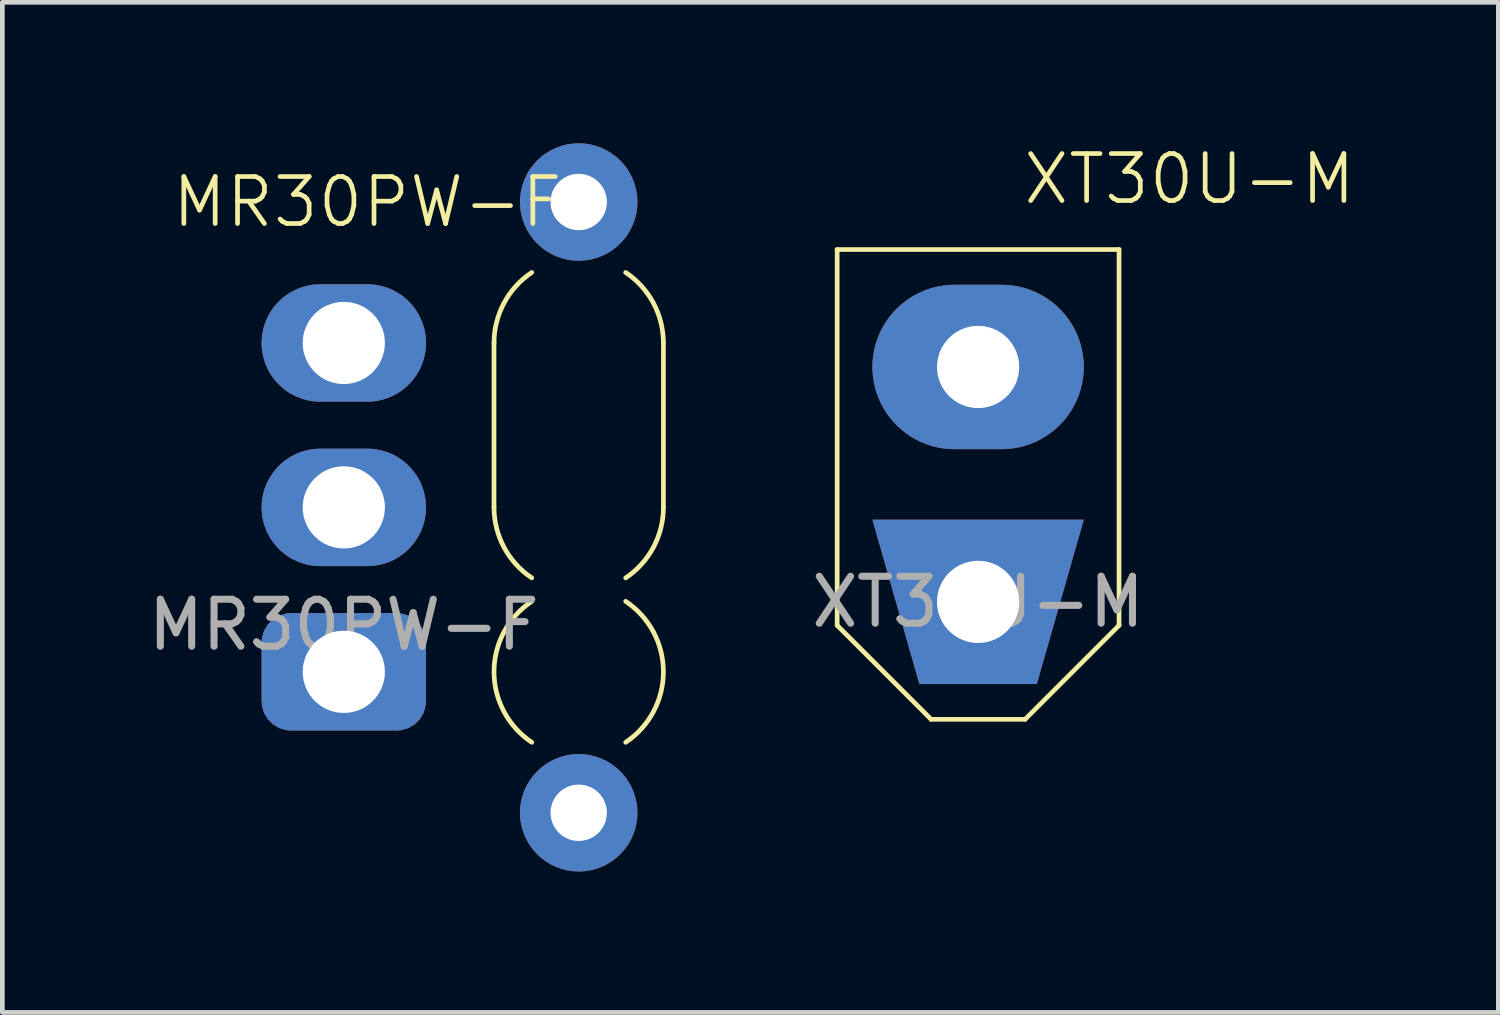
<source format=kicad_pcb>
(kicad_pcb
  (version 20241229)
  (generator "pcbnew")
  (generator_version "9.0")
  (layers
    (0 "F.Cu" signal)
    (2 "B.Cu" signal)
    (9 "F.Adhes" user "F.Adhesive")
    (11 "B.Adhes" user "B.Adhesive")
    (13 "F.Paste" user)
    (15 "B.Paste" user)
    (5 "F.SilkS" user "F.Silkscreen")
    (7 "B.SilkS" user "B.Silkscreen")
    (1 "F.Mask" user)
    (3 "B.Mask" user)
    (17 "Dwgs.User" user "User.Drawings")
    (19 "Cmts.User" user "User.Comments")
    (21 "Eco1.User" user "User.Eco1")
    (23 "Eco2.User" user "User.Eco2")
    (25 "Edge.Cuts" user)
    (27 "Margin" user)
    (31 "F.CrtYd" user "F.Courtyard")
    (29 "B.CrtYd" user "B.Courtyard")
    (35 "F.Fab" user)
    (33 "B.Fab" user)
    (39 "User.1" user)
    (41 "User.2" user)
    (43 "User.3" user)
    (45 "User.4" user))
  (footprint "MR30PW-F"
    (layer "F.Cu")
    (at 4.268 7.75)
    (property "Reference" "MR30PW-F" (at 0.5 -6.5 0) (unlocked yes) (layer "F.SilkS") (effects (font (size 1 1) (thickness 0.1))))
    (attr through_hole)
    (fp_line (start 3.197 -3.5) (end 3.197 -0.000001) (stroke (width 0.1) (type default)) (layer "F.SilkS"))
    (fp_line (start 6.803 -3.5) (end 6.803 -0.000001) (stroke (width 0.1) (type default)) (layer "F.SilkS"))
    (fp_arc (start 3.197225 -3.500001) (mid 3.410539 -4.350654) (end 4 -5) (stroke (width 0.1) (type default)) (layer "F.SilkS"))
    (fp_arc (start 4 1.499998) (mid 3.410539 0.850652) (end 3.197225 -0.000001) (stroke (width 0.1) (type default)) (layer "F.SilkS"))
    (fp_arc (start 4 4.999998) (mid 3.197225 3.5) (end 3.999999 2.000001) (stroke (width 0.1) (type default)) (layer "F.SilkS"))
    (fp_arc (start 6 -5) (mid 6.589461 -4.350654) (end 6.802775 -3.500001) (stroke (width 0.1) (type default)) (layer "F.SilkS"))
    (fp_arc (start 6 2) (mid 6.802775 3.499999) (end 6 4.999998) (stroke (width 0.1) (type default)) (layer "F.SilkS"))
    (fp_arc (start 6.802775 -0.000001) (mid 6.589461 0.850652) (end 6 1.499998) (stroke (width 0.1) (type default)) (layer "F.SilkS"))
    (fp_text user "${REFERENCE}" (at 0 2.5 0) (unlocked yes) (layer "F.Fab") (effects (font (size 1 1) (thickness 0.15))))
    (pad "" np_thru_hole circle (at 5 -6.5) (size 2.5 2.5) (drill 1.2) (layers "*.Cu" "*.Mask"))
    (pad "" np_thru_hole circle (at 5 6.5) (size 2.5 2.5) (drill 1.2) (layers "*.Cu" "*.Mask"))
    (pad "1" thru_hole roundrect (at 0 3.5) (size 3.5 2.5) (drill 1.75) (layers "*.Cu" "*.Mask") (remove_unused_layers yes) (keep_end_layers yes) (zone_layer_connections) (roundrect_rratio 0.25))
    (pad "2" thru_hole oval (at 0 0) (size 3.5 2.5) (drill 1.75) (layers "*.Cu" "*.Mask") (remove_unused_layers yes) (keep_end_layers yes) (zone_layer_connections))
    (pad "3" thru_hole oval (at 0 -3.5) (size 3.5 2.5) (drill 1.75) (layers "*.Cu" "*.Mask") (remove_unused_layers yes) (keep_end_layers yes) (zone_layer_connections)))
  (footprint "XT30U-M"
    (layer "F.Cu")
    (at 17.769 7.261)
    (property "Reference" "XT30U-M" (at 4.5 -6.5 0) (unlocked yes) (layer "F.SilkS") (effects (font (size 1 1) (thickness 0.1))))
    (attr through_hole)
    (fp_line (start -3 -5) (end -3 3) (stroke (width 0.1) (type default)) (layer "F.SilkS"))
    (fp_line (start -3 3) (end -1 5) (stroke (width 0.1) (type default)) (layer "F.SilkS"))
    (fp_line (start -1 5) (end 1 5) (stroke (width 0.1) (type default)) (layer "F.SilkS"))
    (fp_line (start 1 5) (end 3 3) (stroke (width 0.1) (type default)) (layer "F.SilkS"))
    (fp_line (start 3 -5) (end -3 -5) (stroke (width 0.1) (type default)) (layer "F.SilkS"))
    (fp_line (start 3 3) (end 3 -5) (stroke (width 0.1) (type default)) (layer "F.SilkS"))
    (fp_text user "${REFERENCE}" (at 0 2.5 0) (unlocked yes) (layer "F.Fab") (effects (font (size 1 1) (thickness 0.15))))
    (pad "1" thru_hole trapezoid (at 0 2.5) (size 3.5 3.5) (rect_delta 0 -1) (drill 1.75) (layers "*.Cu" "*.Mask") (remove_unused_layers yes) (keep_end_layers yes) (zone_layer_connections))
    (pad "2" thru_hole oval (at 0 -2.5) (size 4.5 3.5) (drill 1.75) (layers "*.Cu" "*.Mask") (remove_unused_layers yes) (keep_end_layers yes) (zone_layer_connections)))
  (gr_rect
    (start -3 -3)
    (end 28.843 18.5)
    (stroke (width 0.1) (type default))
    (fill no)
    (layer "Edge.Cuts")))
</source>
